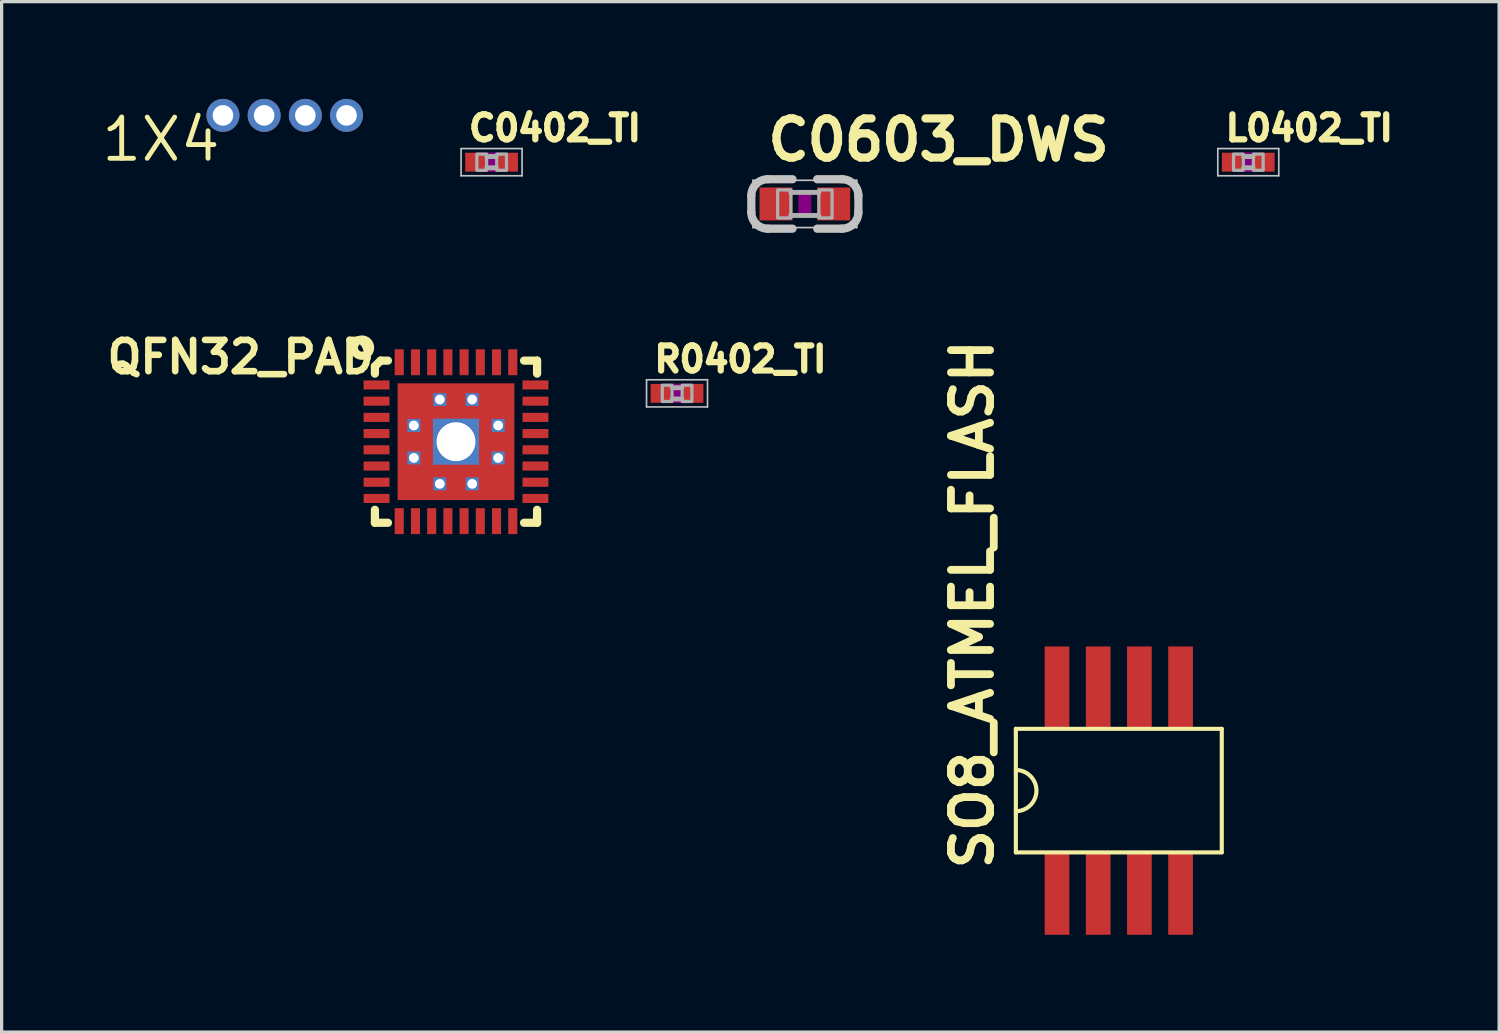
<source format=kicad_pcb>
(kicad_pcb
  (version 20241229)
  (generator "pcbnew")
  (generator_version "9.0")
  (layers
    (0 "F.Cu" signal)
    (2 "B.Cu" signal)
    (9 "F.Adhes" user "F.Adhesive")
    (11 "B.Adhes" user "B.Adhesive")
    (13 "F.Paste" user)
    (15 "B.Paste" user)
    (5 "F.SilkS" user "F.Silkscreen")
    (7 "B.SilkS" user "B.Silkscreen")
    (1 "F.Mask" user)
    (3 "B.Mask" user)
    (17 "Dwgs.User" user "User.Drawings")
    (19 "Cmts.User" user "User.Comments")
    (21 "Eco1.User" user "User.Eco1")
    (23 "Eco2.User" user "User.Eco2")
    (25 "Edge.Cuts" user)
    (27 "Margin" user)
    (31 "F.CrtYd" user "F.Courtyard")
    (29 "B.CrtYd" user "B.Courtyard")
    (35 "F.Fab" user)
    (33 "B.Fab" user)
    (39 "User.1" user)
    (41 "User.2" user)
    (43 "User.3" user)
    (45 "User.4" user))
  (footprint "L0402_TI"
    (layer "F.Cu")
    (at 35.441 1.951)
    (property "Reference" "L0402_TI" (at -0.8 -0.6 0) (layer "F.SilkS") (effects (font (size 0.772 0.772) (thickness 0.203)) (justify left bottom)))
    (attr through_hole)
    (fp_poly (pts (xy -0.2 0.3) (xy 0.2 0.3) (xy 0.2 -0.3) (xy -0.2 -0.3)) (stroke (width 0) (type solid)) (fill yes) (layer "F.Adhes"))
    (fp_line (start -0.94 -0.419) (end 0.94 -0.419) (stroke (width 0.051) (type solid)) (layer "Dwgs.User"))
    (fp_line (start -0.94 0.419) (end -0.94 -0.419) (stroke (width 0.051) (type solid)) (layer "Dwgs.User"))
    (fp_line (start 0.94 -0.419) (end 0.94 0.419) (stroke (width 0.051) (type solid)) (layer "Dwgs.User"))
    (fp_line (start 0.94 0.419) (end -0.94 0.419) (stroke (width 0.051) (type solid)) (layer "Dwgs.User"))
    (fp_line (start -0.145 -0.174) (end 0.145 -0.174) (stroke (width 0.152) (type solid)) (layer "F.Fab"))
    (fp_line (start 0.145 0.174) (end -0.145 0.174) (stroke (width 0.152) (type solid)) (layer "F.Fab"))
    (fp_poly (pts (xy -0.454 0.25) (xy -0.154 0.25) (xy -0.154 -0.25) (xy -0.454 -0.25)) (stroke (width 0.1) (type solid)) (fill no) (layer "F.Fab"))
    (fp_poly (pts (xy 0.159 0.25) (xy 0.459 0.25) (xy 0.459 -0.25) (xy 0.159 -0.25)) (stroke (width 0.1) (type solid)) (fill no) (layer "F.Fab"))
    (pad "1" smd rect (at -0.508 0) (size 0.61 0.584) (layers "F.Cu" "F.Mask" "F.Paste"))
    (pad "2" smd rect (at 0.508 0) (size 0.61 0.584) (layers "F.Cu" "F.Mask" "F.Paste")))
  (footprint "SO8_ATMEL_FLASH"
    (layer "F.Cu")
    (at 31.449 21.329)
    (property "Reference" "SO8_ATMEL_FLASH" (at -3.81 2.54 270) (layer "F.SilkS") (effects (font (size 1.206 1.206) (thickness 0.241)) (justify left bottom)))
    (attr through_hole)
    (fp_line (start -3.175 -1.905) (end -3.175 1.905) (stroke (width 0.127) (type solid)) (layer "F.SilkS"))
    (fp_line (start -3.175 1.905) (end 3.175 1.905) (stroke (width 0.127) (type solid)) (layer "F.SilkS"))
    (fp_line (start 3.175 -1.905) (end -3.175 -1.905) (stroke (width 0.127) (type solid)) (layer "F.SilkS"))
    (fp_line (start 3.175 1.905) (end 3.175 -1.905) (stroke (width 0.127) (type solid)) (layer "F.SilkS"))
    (fp_arc (start -3.175 -0.635) (mid -2.54 0) (end -3.175 0.635) (stroke (width 0.127) (type solid)) (layer "F.SilkS"))
    (pad "1" smd rect (at -1.905 3.175) (size 0.762 2.54) (layers "F.Cu" "F.Mask" "F.Paste"))
    (pad "2" smd rect (at -0.635 3.175) (size 0.762 2.54) (layers "F.Cu" "F.Mask" "F.Paste"))
    (pad "3" smd rect (at 0.635 3.175) (size 0.762 2.54) (layers "F.Cu" "F.Mask" "F.Paste"))
    (pad "4" smd rect (at 1.905 3.175) (size 0.762 2.54) (layers "F.Cu" "F.Mask" "F.Paste"))
    (pad "5" smd rect (at 1.905 -3.175) (size 0.762 2.54) (layers "F.Cu" "F.Mask" "F.Paste"))
    (pad "6" smd rect (at 0.635 -3.175) (size 0.762 2.54) (layers "F.Cu" "F.Mask" "F.Paste"))
    (pad "7" smd rect (at -0.635 -3.175) (size 0.762 2.54) (layers "F.Cu" "F.Mask" "F.Paste"))
    (pad "8" smd rect (at -1.905 -3.175) (size 0.762 2.54) (layers "F.Cu" "F.Mask" "F.Paste")))
  (footprint "1X4"
    (layer "F.Cu")
    (at 3.825 0.508)
    (property "Reference" "1X4" (at 0 0 0) (layer "F.SilkS") (effects (font (size 1.27 1.27) (thickness 0.15)) (justify right top)))
    (attr through_hole)
    (fp_circle (center 0 0) (end 0.127 0) (stroke (width 0.254) (type solid)) (fill no) (layer "F.SilkS"))
    (fp_circle (center 1.27 0) (end 1.397 0) (stroke (width 0.254) (type solid)) (fill no) (layer "F.SilkS"))
    (fp_circle (center 2.54 0) (end 2.667 0) (stroke (width 0.254) (type solid)) (fill no) (layer "F.SilkS"))
    (fp_circle (center 3.81 0) (end 3.937 0) (stroke (width 0.254) (type solid)) (fill no) (layer "F.SilkS"))
    (pad "1" thru_hole circle (at 0 0) (size 1.016 1.016) (drill 0.635) (layers "*.Cu" "*.Mask"))
    (pad "2" thru_hole circle (at 1.27 0) (size 1.016 1.016) (drill 0.635) (layers "*.Cu" "*.Mask"))
    (pad "3" thru_hole circle (at 2.54 0) (size 1.016 1.016) (drill 0.635) (layers "*.Cu" "*.Mask"))
    (pad "4" thru_hole circle (at 3.81 0) (size 1.016 1.016) (drill 0.635) (layers "*.Cu" "*.Mask")))
  (footprint "R0402_TI"
    (layer "F.Cu")
    (at 17.826 9.079)
    (property "Reference" "R0402_TI" (at -0.8 -0.6 180) (layer "F.SilkS") (effects (font (size 0.772 0.772) (thickness 0.193)) (justify left bottom)))
    (attr through_hole)
    (fp_poly (pts (xy -0.2 0.3) (xy 0.2 0.3) (xy 0.2 -0.3) (xy -0.2 -0.3)) (stroke (width 0) (type solid)) (fill yes) (layer "F.Adhes"))
    (fp_line (start -0.94 -0.419) (end 0.94 -0.419) (stroke (width 0.051) (type solid)) (layer "Dwgs.User"))
    (fp_line (start -0.94 0.419) (end -0.94 -0.419) (stroke (width 0.051) (type solid)) (layer "Dwgs.User"))
    (fp_line (start 0.94 -0.419) (end 0.94 0.419) (stroke (width 0.051) (type solid)) (layer "Dwgs.User"))
    (fp_line (start 0.94 0.419) (end -0.94 0.419) (stroke (width 0.051) (type solid)) (layer "Dwgs.User"))
    (fp_line (start -0.145 -0.174) (end 0.145 -0.174) (stroke (width 0.152) (type solid)) (layer "F.Fab"))
    (fp_line (start 0.145 0.174) (end -0.145 0.174) (stroke (width 0.152) (type solid)) (layer "F.Fab"))
    (fp_poly (pts (xy -0.454 0.25) (xy -0.154 0.25) (xy -0.154 -0.25) (xy -0.454 -0.25)) (stroke (width 0.1) (type solid)) (fill no) (layer "F.Fab"))
    (fp_poly (pts (xy 0.159 0.25) (xy 0.459 0.25) (xy 0.459 -0.25) (xy 0.159 -0.25)) (stroke (width 0.1) (type solid)) (fill no) (layer "F.Fab"))
    (pad "1" smd rect (at -0.508 0) (size 0.61 0.584) (layers "F.Cu" "F.Mask" "F.Paste"))
    (pad "2" smd rect (at 0.508 0) (size 0.61 0.584) (layers "F.Cu" "F.Mask" "F.Paste")))
  (footprint "QFN32_PAD"
    (layer "F.Cu")
    (at 11.011 10.57)
    (property "Reference" "QFN32_PAD" (at -2.413 -3.175 0) (layer "F.SilkS") (effects (font (size 0.965 0.965) (thickness 0.203)) (justify right top)))
    (attr through_hole)
    (fp_line (start -2.5 -2.325) (end -2.5 -2.1) (stroke (width 0.254) (type solid)) (layer "F.SilkS"))
    (fp_line (start -2.5 2.1) (end -2.5 2.5) (stroke (width 0.254) (type solid)) (layer "F.SilkS"))
    (fp_line (start -2.5 2.5) (end -2.1 2.5) (stroke (width 0.254) (type solid)) (layer "F.SilkS"))
    (fp_line (start -2.325 -2.5) (end -2.5 -2.325) (stroke (width 0.254) (type solid)) (layer "F.SilkS"))
    (fp_line (start -2.1 -2.5) (end -2.325 -2.5) (stroke (width 0.254) (type solid)) (layer "F.SilkS"))
    (fp_line (start 2.1 2.5) (end 2.5 2.5) (stroke (width 0.254) (type solid)) (layer "F.SilkS"))
    (fp_line (start 2.5 -2.5) (end 2.1 -2.5) (stroke (width 0.254) (type solid)) (layer "F.SilkS"))
    (fp_line (start 2.5 -2.1) (end 2.5 -2.5) (stroke (width 0.254) (type solid)) (layer "F.SilkS"))
    (fp_line (start 2.5 2.5) (end 2.5 2.1) (stroke (width 0.254) (type solid)) (layer "F.SilkS"))
    (fp_circle (center -2.9 -2.9) (end -2.65 -2.9) (stroke (width 0.254) (type solid)) (fill no) (layer "F.SilkS"))
    (fp_poly (pts (xy -1.6 -1.6) (xy -1.6 -0.7) (xy -0.7 -0.7) (xy -0.7 -1.6)) (stroke (width 0) (type solid)) (fill yes) (layer "F.Paste"))
    (fp_poly (pts (xy -1.6 -0.3) (xy -1.6 0.3) (xy -0.7 0.3) (xy -0.7 -0.3)) (stroke (width 0) (type solid)) (fill yes) (layer "F.Paste"))
    (fp_poly (pts (xy -1.6 0.7) (xy -1.6 1.6) (xy -0.7 1.6) (xy -0.7 0.7)) (stroke (width 0) (type solid)) (fill yes) (layer "F.Paste"))
    (fp_poly (pts (xy -0.3 -1.6) (xy -0.3 -0.7) (xy 0.3 -0.7) (xy 0.3 -1.6)) (stroke (width 0) (type solid)) (fill yes) (layer "F.Paste"))
    (fp_poly (pts (xy -0.3 0.7) (xy -0.3 1.6) (xy 0.3 1.6) (xy 0.3 0.7)) (stroke (width 0) (type solid)) (fill yes) (layer "F.Paste"))
    (fp_poly (pts (xy 0.7 -1.6) (xy 0.7 -0.7) (xy 1.6 -0.7) (xy 1.6 -1.6)) (stroke (width 0) (type solid)) (fill yes) (layer "F.Paste"))
    (fp_poly (pts (xy 0.7 -0.3) (xy 0.7 0.3) (xy 1.6 0.3) (xy 1.6 -0.3)) (stroke (width 0) (type solid)) (fill yes) (layer "F.Paste"))
    (fp_poly (pts (xy 0.7 0.7) (xy 0.7 1.6) (xy 1.6 1.6) (xy 1.6 0.7)) (stroke (width 0) (type solid)) (fill yes) (layer "F.Paste"))
    (pad "1" smd rect (at -2.45 -1.75) (size 0.8 0.28) (layers "F.Cu" "F.Mask" "F.Paste"))
    (pad "2" smd rect (at -2.45 -1.25) (size 0.8 0.28) (layers "F.Cu" "F.Mask" "F.Paste"))
    (pad "3" smd rect (at -2.45 -0.75) (size 0.8 0.28) (layers "F.Cu" "F.Mask" "F.Paste"))
    (pad "4" smd rect (at -2.45 -0.25) (size 0.8 0.28) (layers "F.Cu" "F.Mask" "F.Paste"))
    (pad "5" smd rect (at -2.45 0.25) (size 0.8 0.28) (layers "F.Cu" "F.Mask" "F.Paste"))
    (pad "6" smd rect (at -2.45 0.75) (size 0.8 0.28) (layers "F.Cu" "F.Mask" "F.Paste"))
    (pad "7" smd rect (at -2.45 1.25) (size 0.8 0.28) (layers "F.Cu" "F.Mask" "F.Paste"))
    (pad "8" smd rect (at -2.45 1.75) (size 0.8 0.28) (layers "F.Cu" "F.Mask" "F.Paste"))
    (pad "9" smd rect (at -1.75 2.45 90) (size 0.8 0.28) (layers "F.Cu" "F.Mask" "F.Paste"))
    (pad "10" smd rect (at -1.25 2.45 90) (size 0.8 0.28) (layers "F.Cu" "F.Mask" "F.Paste"))
    (pad "11" smd rect (at -0.75 2.45 90) (size 0.8 0.28) (layers "F.Cu" "F.Mask" "F.Paste"))
    (pad "12" smd rect (at -0.25 2.45 90) (size 0.8 0.28) (layers "F.Cu" "F.Mask" "F.Paste"))
    (pad "13" smd rect (at 0.25 2.45 90) (size 0.8 0.28) (layers "F.Cu" "F.Mask" "F.Paste"))
    (pad "14" smd rect (at 0.75 2.45 90) (size 0.8 0.28) (layers "F.Cu" "F.Mask" "F.Paste"))
    (pad "15" smd rect (at 1.25 2.45 90) (size 0.8 0.28) (layers "F.Cu" "F.Mask" "F.Paste"))
    (pad "16" smd rect (at 1.75 2.45 90) (size 0.8 0.28) (layers "F.Cu" "F.Mask" "F.Paste"))
    (pad "17" smd rect (at 2.45 1.75 180) (size 0.8 0.28) (layers "F.Cu" "F.Mask" "F.Paste"))
    (pad "18" smd rect (at 2.45 1.25 180) (size 0.8 0.28) (layers "F.Cu" "F.Mask" "F.Paste"))
    (pad "19" smd rect (at 2.45 0.75 180) (size 0.8 0.28) (layers "F.Cu" "F.Mask" "F.Paste"))
    (pad "20" smd rect (at 2.45 0.25 180) (size 0.8 0.28) (layers "F.Cu" "F.Mask" "F.Paste"))
    (pad "21" smd rect (at 2.45 -0.25 180) (size 0.8 0.28) (layers "F.Cu" "F.Mask" "F.Paste"))
    (pad "22" smd rect (at 2.45 -0.75 180) (size 0.8 0.28) (layers "F.Cu" "F.Mask" "F.Paste"))
    (pad "23" smd rect (at 2.45 -1.25 180) (size 0.8 0.28) (layers "F.Cu" "F.Mask" "F.Paste"))
    (pad "24" smd rect (at 2.45 -1.75 180) (size 0.8 0.28) (layers "F.Cu" "F.Mask" "F.Paste"))
    (pad "25" smd rect (at 1.75 -2.45 270) (size 0.8 0.28) (layers "F.Cu" "F.Mask" "F.Paste"))
    (pad "26" smd rect (at 1.25 -2.45 270) (size 0.8 0.28) (layers "F.Cu" "F.Mask" "F.Paste"))
    (pad "27" smd rect (at 0.75 -2.45 270) (size 0.8 0.28) (layers "F.Cu" "F.Mask" "F.Paste"))
    (pad "28" smd rect (at 0.25 -2.45 270) (size 0.8 0.28) (layers "F.Cu" "F.Mask" "F.Paste"))
    (pad "29" smd rect (at -0.25 -2.45 270) (size 0.8 0.28) (layers "F.Cu" "F.Mask" "F.Paste"))
    (pad "30" smd rect (at -0.75 -2.45 270) (size 0.8 0.28) (layers "F.Cu" "F.Mask" "F.Paste"))
    (pad "31" smd rect (at -1.25 -2.45 270) (size 0.8 0.28) (layers "F.Cu" "F.Mask" "F.Paste"))
    (pad "32" smd rect (at -1.75 -2.45 270) (size 0.8 0.28) (layers "F.Cu" "F.Mask" "F.Paste"))
    (pad "P$1" thru_hole rect (at 0 0 270) (size 1.422 1.422) (drill 1.2) (layers "*.Cu" "*.Mask"))
    (pad "P$2" thru_hole rect (at 0.5 -1.3 270) (size 0.4 0.4) (drill 0.3) (layers "*.Cu" "*.Mask"))
    (pad "P$3" thru_hole rect (at -0.5 -1.3 270) (size 0.4 0.4) (drill 0.3) (layers "*.Cu" "*.Mask"))
    (pad "P$4" thru_hole rect (at -1.3 -0.5 270) (size 0.4 0.4) (drill 0.3) (layers "*.Cu" "*.Mask"))
    (pad "P$5" thru_hole rect (at -1.3 0.5 270) (size 0.4 0.4) (drill 0.3) (layers "*.Cu" "*.Mask"))
    (pad "P$6" thru_hole rect (at -0.5 1.3 270) (size 0.4 0.4) (drill 0.3) (layers "*.Cu" "*.Mask"))
    (pad "P$7" thru_hole rect (at 0.5 1.3 270) (size 0.4 0.4) (drill 0.3) (layers "*.Cu" "*.Mask"))
    (pad "P$8" thru_hole rect (at 1.3 0.5 270) (size 0.4 0.4) (drill 0.3) (layers "*.Cu" "*.Mask"))
    (pad "P$9" thru_hole rect (at 1.3 -0.5 270) (size 0.4 0.4) (drill 0.3) (layers "*.Cu" "*.Mask"))
    (pad "PAD" smd rect (at 0 0 270) (size 3.6 3.6) (layers "F.Cu" "F.Mask")))
  (footprint "C0603_DWS"
    (layer "F.Cu")
    (at 21.768 3.239)
    (property "Reference" "C0603_DWS" (at -1.27 -1.27 0) (layer "F.SilkS") (effects (font (size 1.206 1.206) (thickness 0.254)) (justify left bottom)))
    (attr through_hole)
    (fp_poly (pts (xy -0.2 0.4) (xy 0.2 0.4) (xy 0.2 -0.4) (xy -0.2 -0.4)) (stroke (width 0) (type solid)) (fill yes) (layer "F.Adhes"))
    (fp_line (start -1.651 -0.254) (end -1.651 0.254) (stroke (width 0.254) (type solid)) (layer "Dwgs.User"))
    (fp_line (start -1.6 -0.729) (end 1.6 -0.729) (stroke (width 0.051) (type solid)) (layer "Dwgs.User"))
    (fp_line (start -1.6 0.729) (end -1.6 -0.729) (stroke (width 0.051) (type solid)) (layer "Dwgs.User"))
    (fp_line (start -1.143 0.762) (end -0.381 0.762) (stroke (width 0.254) (type solid)) (layer "Dwgs.User"))
    (fp_line (start -0.381 -0.762) (end -1.143 -0.762) (stroke (width 0.254) (type solid)) (layer "Dwgs.User"))
    (fp_line (start 0.381 0.762) (end 1.143 0.762) (stroke (width 0.254) (type solid)) (layer "Dwgs.User"))
    (fp_line (start 1.143 -0.762) (end 0.381 -0.762) (stroke (width 0.254) (type solid)) (layer "Dwgs.User"))
    (fp_line (start 1.6 -0.729) (end 1.6 0.729) (stroke (width 0.051) (type solid)) (layer "Dwgs.User"))
    (fp_line (start 1.6 0.729) (end -1.6 0.729) (stroke (width 0.051) (type solid)) (layer "Dwgs.User"))
    (fp_line (start 1.651 0.254) (end 1.651 -0.254) (stroke (width 0.254) (type solid)) (layer "Dwgs.User"))
    (fp_arc (start -1.651001 -0.253999) (mid -1.502211 -0.61321) (end -1.143 -0.762) (stroke (width 0.254) (type solid)) (layer "Dwgs.User"))
    (fp_arc (start -1.142999 0.761999) (mid -1.50221 0.61321) (end -1.651 0.254) (stroke (width 0.254) (type solid)) (layer "Dwgs.User"))
    (fp_arc (start 1.142999 -0.761999) (mid 1.50221 -0.61321) (end 1.651 -0.254) (stroke (width 0.254) (type solid)) (layer "Dwgs.User"))
    (fp_arc (start 1.651001 0.253999) (mid 1.502211 0.61321) (end 1.143 0.762) (stroke (width 0.254) (type solid)) (layer "Dwgs.User"))
    (fp_line (start -0.432 0.356) (end 0.432 0.356) (stroke (width 0.152) (type solid)) (layer "F.Fab"))
    (fp_line (start 0.432 -0.356) (end -0.432 -0.356) (stroke (width 0.152) (type solid)) (layer "F.Fab"))
    (fp_poly (pts (xy -0.838 0.432) (xy -0.432 0.432) (xy -0.432 -0.432) (xy -0.838 -0.432)) (stroke (width 0.1) (type solid)) (fill no) (layer "F.Fab"))
    (fp_poly (pts (xy 0.432 0.432) (xy 0.838 0.432) (xy 0.838 -0.432) (xy 0.432 -0.432)) (stroke (width 0.1) (type solid)) (fill no) (layer "F.Fab"))
    (pad "1" smd rect (at -0.889 0) (size 1.016 1.016) (layers "F.Cu" "F.Mask" "F.Paste"))
    (pad "2" smd rect (at 0.889 0) (size 1.016 1.016) (layers "F.Cu" "F.Mask" "F.Paste")))
  (footprint "C0402_TI"
    (layer "F.Cu")
    (at 12.108 1.951)
    (property "Reference" "C0402_TI" (at -0.8 -0.6 0) (layer "F.SilkS") (effects (font (size 0.772 0.772) (thickness 0.193)) (justify left bottom)))
    (attr through_hole)
    (fp_poly (pts (xy -0.2 0.3) (xy 0.2 0.3) (xy 0.2 -0.3) (xy -0.2 -0.3)) (stroke (width 0) (type solid)) (fill yes) (layer "F.Adhes"))
    (fp_line (start -0.94 -0.419) (end 0.94 -0.419) (stroke (width 0.051) (type solid)) (layer "Dwgs.User"))
    (fp_line (start -0.94 0.419) (end -0.94 -0.419) (stroke (width 0.051) (type solid)) (layer "Dwgs.User"))
    (fp_line (start 0.94 -0.419) (end 0.94 0.419) (stroke (width 0.051) (type solid)) (layer "Dwgs.User"))
    (fp_line (start 0.94 0.419) (end -0.94 0.419) (stroke (width 0.051) (type solid)) (layer "Dwgs.User"))
    (fp_line (start -0.145 -0.174) (end 0.145 -0.174) (stroke (width 0.152) (type solid)) (layer "F.Fab"))
    (fp_line (start 0.145 0.174) (end -0.145 0.174) (stroke (width 0.152) (type solid)) (layer "F.Fab"))
    (fp_poly (pts (xy -0.454 0.25) (xy -0.154 0.25) (xy -0.154 -0.25) (xy -0.454 -0.25)) (stroke (width 0.1) (type solid)) (fill no) (layer "F.Fab"))
    (fp_poly (pts (xy 0.159 0.25) (xy 0.459 0.25) (xy 0.459 -0.25) (xy 0.159 -0.25)) (stroke (width 0.1) (type solid)) (fill no) (layer "F.Fab"))
    (pad "1" smd rect (at -0.508 0) (size 0.61 0.584) (layers "F.Cu" "F.Mask" "F.Paste"))
    (pad "2" smd rect (at 0.508 0) (size 0.61 0.584) (layers "F.Cu" "F.Mask" "F.Paste")))
  (gr_rect
    (start -3 -3)
    (end 43.176 28.774)
    (stroke (width 0.1) (type default))
    (fill no)
    (layer "Edge.Cuts")))
</source>
